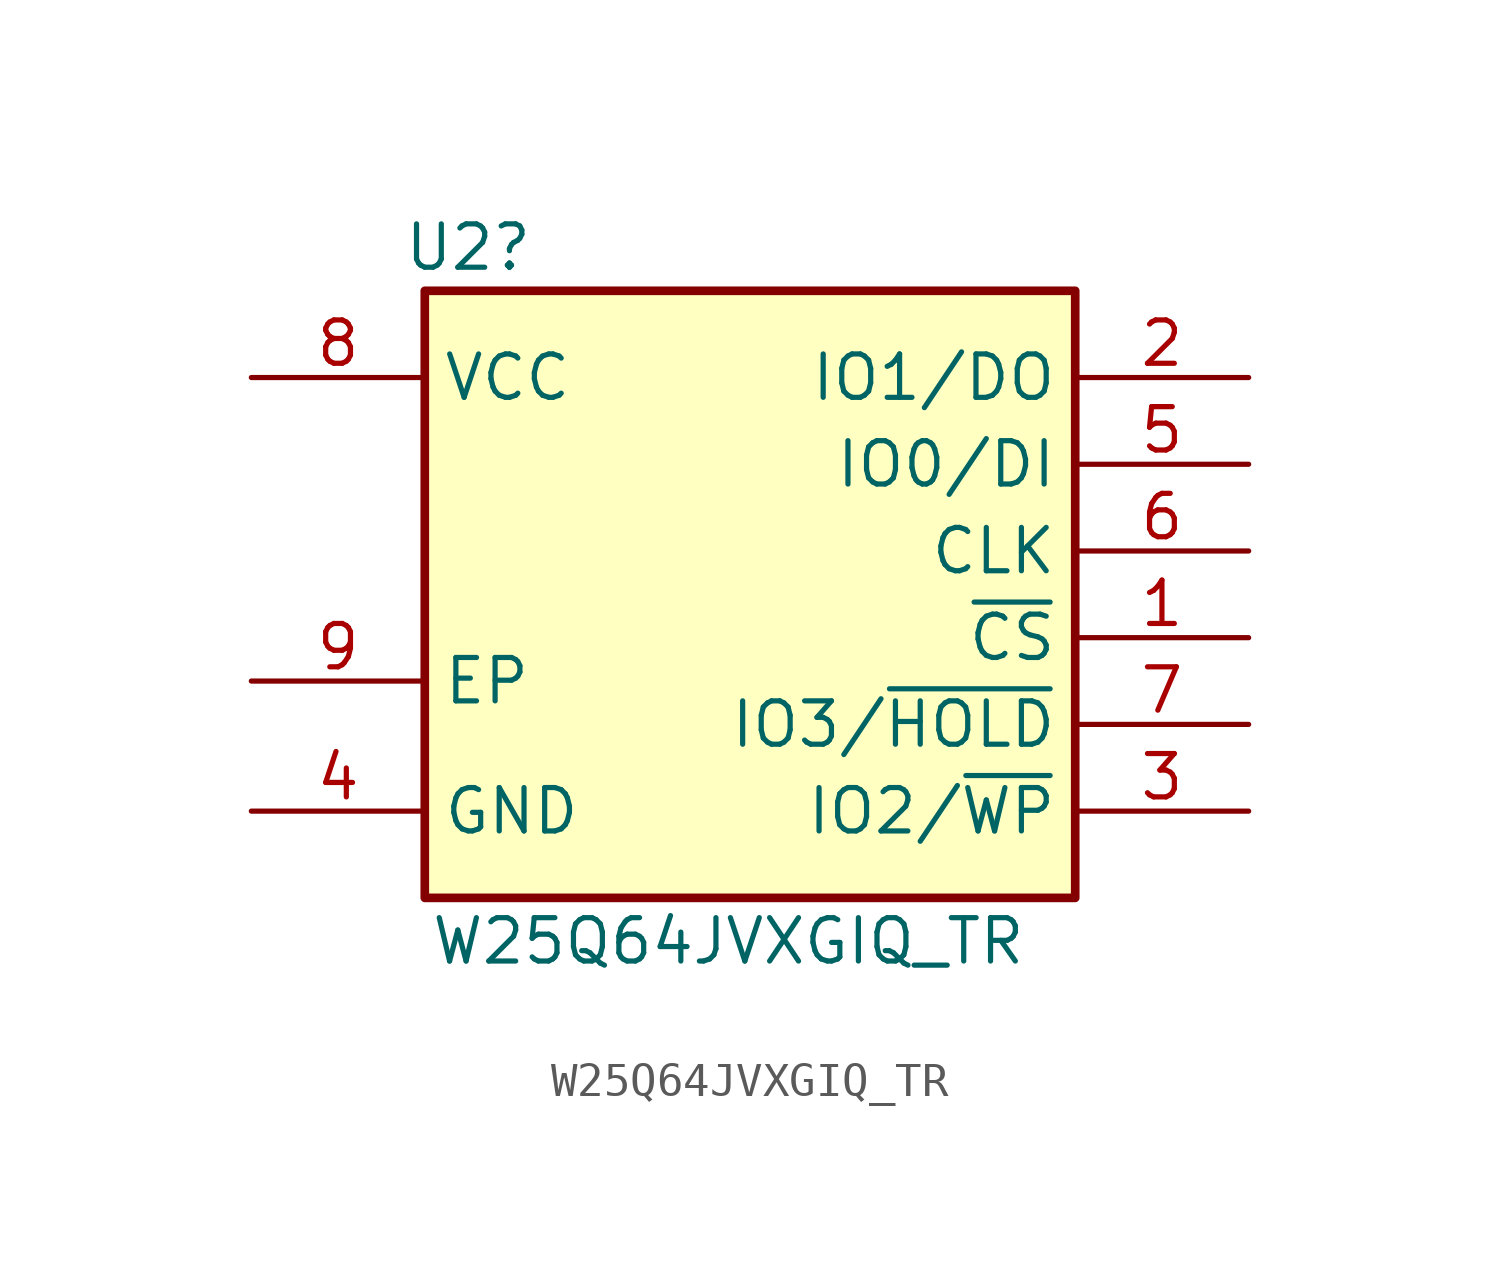
<source format=kicad_sym>
(kicad_symbol_lib
  (version 20220914)
  (generator kicad_symbol_editor)
  (symbol "W25Q64JVXGIQ_TR"
    (property "Reference" "U2"
      (at -8.89 10.16 0)
      (effects (font (size 1.27 1.27))))
    (property "Value" "W25Q64JVXGIQ_TR"
      (at -1.27 -10.16 0)
      (effects (font (size 1.27 1.27))))
    (symbol "W25Q64JVXGIQ_TR_1_1"
      (rectangle (start -10.16 8.89) (end 8.89 -8.89) (stroke (width 0.254) (type default)) (fill (type background)))
      (pin passive line (at 13.97 -1.27 180) (length 5.08) (name "~{CS}" (effects (font (size 1.27 1.27)))) (number "1" (effects (font (size 1.27 1.27)))))
      (pin passive line (at 13.97 6.35 180) (length 5.08) (name "IO1/DO" (effects (font (size 1.27 1.27)))) (number "2" (effects (font (size 1.27 1.27)))))
      (pin passive line (at 13.97 -6.35 180) (length 5.08) (name "IO2/~{WP}" (effects (font (size 1.27 1.27)))) (number "3" (effects (font (size 1.27 1.27)))))
      (pin passive line (at -15.24 -6.35 0) (length 5.08) (name "GND" (effects (font (size 1.27 1.27)))) (number "4" (effects (font (size 1.27 1.27)))))
      (pin passive line (at 13.97 3.81 180) (length 5.08) (name "IO0/DI" (effects (font (size 1.27 1.27)))) (number "5" (effects (font (size 1.27 1.27)))))
      (pin passive line (at 13.97 1.27 180) (length 5.08) (name "CLK" (effects (font (size 1.27 1.27)))) (number "6" (effects (font (size 1.27 1.27)))))
      (pin passive line (at 13.97 -3.81 180) (length 5.08) (name "IO3/~{HOLD}" (effects (font (size 1.27 1.27)))) (number "7" (effects (font (size 1.27 1.27)))))
      (pin passive line (at -15.24 6.35 0) (length 5.08) (name "VCC" (effects (font (size 1.27 1.27)))) (number "8" (effects (font (size 1.27 1.27)))))
      (pin passive line (at -15.24 -2.54 0) (length 5.08) (name "EP" (effects (font (size 1.27 1.27)))) (number "9" (effects (font (size 1.27 1.27))))))))
</source>
